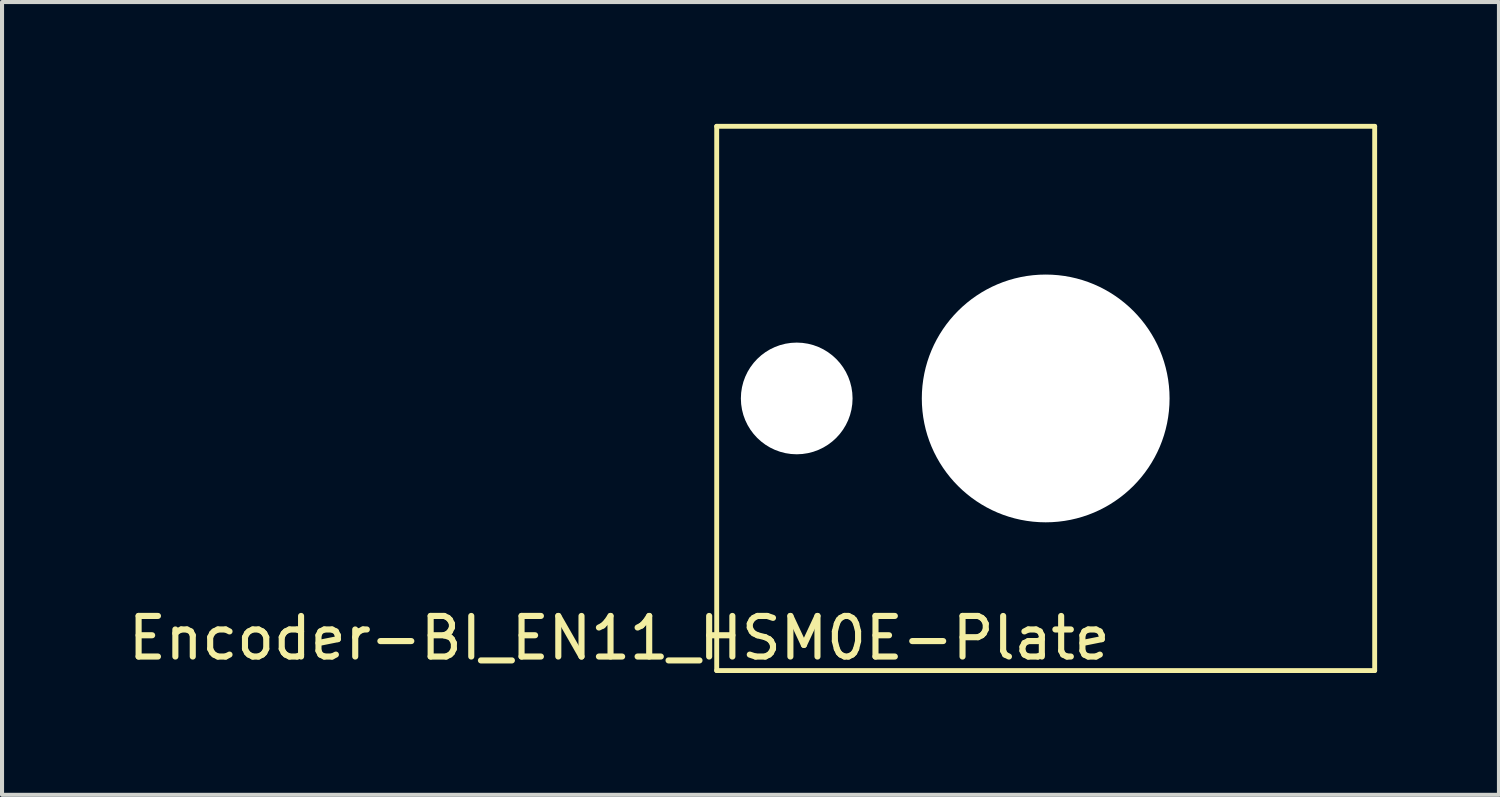
<source format=kicad_pcb>
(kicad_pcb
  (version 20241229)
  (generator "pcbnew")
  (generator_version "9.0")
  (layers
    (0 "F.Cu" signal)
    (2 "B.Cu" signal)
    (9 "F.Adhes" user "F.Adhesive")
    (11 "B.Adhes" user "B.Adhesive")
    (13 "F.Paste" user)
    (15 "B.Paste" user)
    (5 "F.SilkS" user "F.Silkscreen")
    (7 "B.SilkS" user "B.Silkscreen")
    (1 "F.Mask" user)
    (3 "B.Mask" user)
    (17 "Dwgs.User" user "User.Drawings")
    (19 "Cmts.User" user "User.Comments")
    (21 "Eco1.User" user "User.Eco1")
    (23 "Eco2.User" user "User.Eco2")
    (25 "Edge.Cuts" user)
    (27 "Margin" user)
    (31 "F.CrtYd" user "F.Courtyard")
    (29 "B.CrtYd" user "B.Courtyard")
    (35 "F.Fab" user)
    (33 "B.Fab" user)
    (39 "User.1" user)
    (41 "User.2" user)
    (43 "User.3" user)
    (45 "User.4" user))
  (footprint "Encoder-BI_EN11_HSM0E-Plate"
    (layer "F.Cu")
    (at 22.696 6.76)
    (property "Reference" "Encoder-BI_EN11_HSM0E-Plate" (at -10.5 5.9 0) (layer "F.SilkS") (effects (font (size 1 1) (thickness 0.15))))
    (attr through_hole)
    (fp_line (start -8.1 -6.7) (end 8.1 -6.7) (stroke (width 0.12) (type solid)) (layer "F.SilkS"))
    (fp_line (start -8.1 6.7) (end -8.1 -6.7) (stroke (width 0.12) (type solid)) (layer "F.SilkS"))
    (fp_line (start 8.1 6.7) (end -8.1 6.7) (stroke (width 0.12) (type solid)) (layer "F.SilkS"))
    (fp_line (start 8.1 6.7) (end 8.1 -6.7) (stroke (width 0.12) (type solid)) (layer "F.SilkS"))
    (pad "" np_thru_hole circle (at -6.13 0) (size 2.75 2.75) (drill 2.75) (layers "*.Cu" "*.Mask"))
    (pad "" np_thru_hole circle (at 0 0) (size 6.1 6.1) (drill 6.1) (layers "*.Cu" "*.Mask")))
  (gr_rect
    (start -3 -3)
    (end 33.856 16.52)
    (stroke (width 0.1) (type default))
    (fill no)
    (layer "Edge.Cuts")))
</source>
